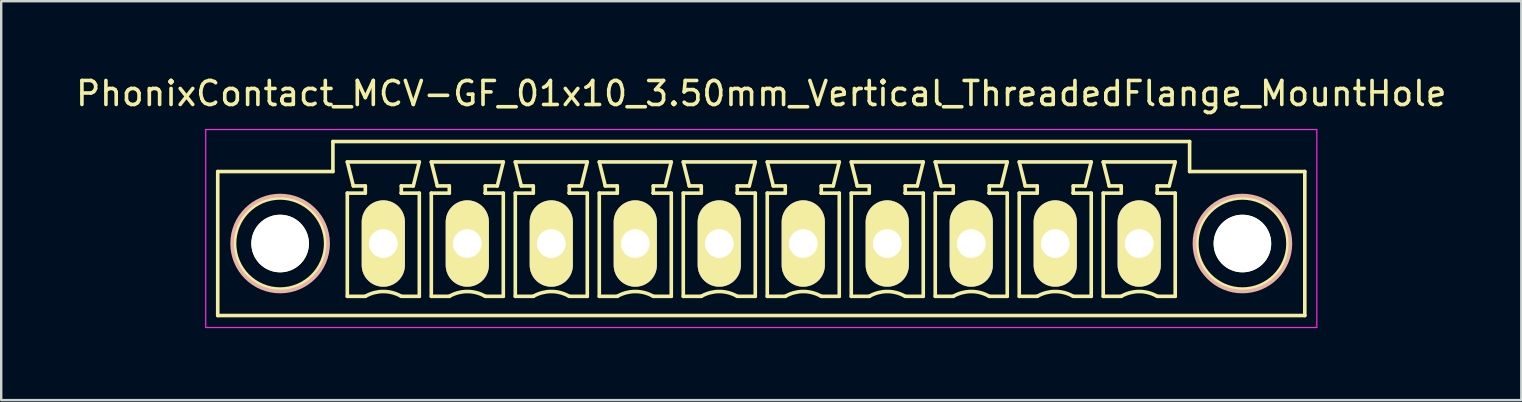
<source format=kicad_pcb>
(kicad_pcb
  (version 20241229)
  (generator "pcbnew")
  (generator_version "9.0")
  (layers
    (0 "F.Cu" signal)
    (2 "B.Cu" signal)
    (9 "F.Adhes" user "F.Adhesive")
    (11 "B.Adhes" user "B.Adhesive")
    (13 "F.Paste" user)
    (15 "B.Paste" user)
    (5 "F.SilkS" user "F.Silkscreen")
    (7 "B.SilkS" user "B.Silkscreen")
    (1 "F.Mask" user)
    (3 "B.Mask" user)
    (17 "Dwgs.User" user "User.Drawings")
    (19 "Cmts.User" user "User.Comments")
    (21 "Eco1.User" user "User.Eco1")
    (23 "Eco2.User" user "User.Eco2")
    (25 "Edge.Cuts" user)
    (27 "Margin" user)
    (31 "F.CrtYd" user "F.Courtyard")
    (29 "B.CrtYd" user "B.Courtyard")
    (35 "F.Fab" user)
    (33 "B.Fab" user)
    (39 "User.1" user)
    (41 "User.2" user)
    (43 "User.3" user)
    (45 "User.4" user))
  (footprint "PhonixContact_MCV-GF_01x10_3.50mm_Vertical_ThreadedFlange_MountHole"
    (layer "F.Cu")
    (at 12.923 7.098)
    (property "Reference" "PhonixContact_MCV-GF_01x10_3.50mm_Vertical_ThreadedFlange_MountHole" (at 15.75 -6.25 0) (layer "F.SilkS") (effects (font (size 1 1) (thickness 0.15))))
    (attr through_hole)
    (fp_line (start -6.9 -3) (end -6.9 3) (stroke (width 0.15) (type solid)) (layer "F.SilkS"))
    (fp_line (start -6.9 3) (end 38.4 3) (stroke (width 0.15) (type solid)) (layer "F.SilkS"))
    (fp_line (start -2.1 -4.25) (end -2.1 -3) (stroke (width 0.15) (type solid)) (layer "F.SilkS"))
    (fp_line (start -2.1 -3) (end -6.9 -3) (stroke (width 0.15) (type solid)) (layer "F.SilkS"))
    (fp_line (start -1.5 -3.4) (end 1.5 -3.4) (stroke (width 0.15) (type solid)) (layer "F.SilkS"))
    (fp_line (start -1.5 -2.1) (end -0.75 -2.1) (stroke (width 0.15) (type solid)) (layer "F.SilkS"))
    (fp_line (start -1.5 2.2) (end -1.5 -2.1) (stroke (width 0.15) (type solid)) (layer "F.SilkS"))
    (fp_line (start -1.25 -2.4) (end -1.5 -3.4) (stroke (width 0.15) (type solid)) (layer "F.SilkS"))
    (fp_line (start -0.75 -2.4) (end -1.25 -2.4) (stroke (width 0.15) (type solid)) (layer "F.SilkS"))
    (fp_line (start -0.75 -2.1) (end -0.75 -2.4) (stroke (width 0.15) (type solid)) (layer "F.SilkS"))
    (fp_line (start -0.75 2.2) (end -1.5 2.2) (stroke (width 0.15) (type solid)) (layer "F.SilkS"))
    (fp_line (start 0.75 -2.4) (end 0.75 -2.1) (stroke (width 0.15) (type solid)) (layer "F.SilkS"))
    (fp_line (start 0.75 -2.1) (end 0.75 -2.1) (stroke (width 0.15) (type solid)) (layer "F.SilkS"))
    (fp_line (start 0.75 -2.1) (end 1.5 -2.1) (stroke (width 0.15) (type solid)) (layer "F.SilkS"))
    (fp_line (start 1.25 -2.4) (end 0.75 -2.4) (stroke (width 0.15) (type solid)) (layer "F.SilkS"))
    (fp_line (start 1.5 -3.4) (end 1.25 -2.4) (stroke (width 0.15) (type solid)) (layer "F.SilkS"))
    (fp_line (start 1.5 -2.1) (end 1.5 2.2) (stroke (width 0.15) (type solid)) (layer "F.SilkS"))
    (fp_line (start 1.5 2.2) (end 0.75 2.2) (stroke (width 0.15) (type solid)) (layer "F.SilkS"))
    (fp_line (start 2 -3.4) (end 5 -3.4) (stroke (width 0.15) (type solid)) (layer "F.SilkS"))
    (fp_line (start 2 -2.1) (end 2.75 -2.1) (stroke (width 0.15) (type solid)) (layer "F.SilkS"))
    (fp_line (start 2 2.2) (end 2 -2.1) (stroke (width 0.15) (type solid)) (layer "F.SilkS"))
    (fp_line (start 2.25 -2.4) (end 2 -3.4) (stroke (width 0.15) (type solid)) (layer "F.SilkS"))
    (fp_line (start 2.75 -2.4) (end 2.25 -2.4) (stroke (width 0.15) (type solid)) (layer "F.SilkS"))
    (fp_line (start 2.75 -2.1) (end 2.75 -2.4) (stroke (width 0.15) (type solid)) (layer "F.SilkS"))
    (fp_line (start 2.75 2.2) (end 2 2.2) (stroke (width 0.15) (type solid)) (layer "F.SilkS"))
    (fp_line (start 4.25 -2.4) (end 4.25 -2.1) (stroke (width 0.15) (type solid)) (layer "F.SilkS"))
    (fp_line (start 4.25 -2.1) (end 4.25 -2.1) (stroke (width 0.15) (type solid)) (layer "F.SilkS"))
    (fp_line (start 4.25 -2.1) (end 5 -2.1) (stroke (width 0.15) (type solid)) (layer "F.SilkS"))
    (fp_line (start 4.75 -2.4) (end 4.25 -2.4) (stroke (width 0.15) (type solid)) (layer "F.SilkS"))
    (fp_line (start 5 -3.4) (end 4.75 -2.4) (stroke (width 0.15) (type solid)) (layer "F.SilkS"))
    (fp_line (start 5 -2.1) (end 5 2.2) (stroke (width 0.15) (type solid)) (layer "F.SilkS"))
    (fp_line (start 5 2.2) (end 4.25 2.2) (stroke (width 0.15) (type solid)) (layer "F.SilkS"))
    (fp_line (start 5.5 -3.4) (end 8.5 -3.4) (stroke (width 0.15) (type solid)) (layer "F.SilkS"))
    (fp_line (start 5.5 -2.1) (end 6.25 -2.1) (stroke (width 0.15) (type solid)) (layer "F.SilkS"))
    (fp_line (start 5.5 2.2) (end 5.5 -2.1) (stroke (width 0.15) (type solid)) (layer "F.SilkS"))
    (fp_line (start 5.75 -2.4) (end 5.5 -3.4) (stroke (width 0.15) (type solid)) (layer "F.SilkS"))
    (fp_line (start 6.25 -2.4) (end 5.75 -2.4) (stroke (width 0.15) (type solid)) (layer "F.SilkS"))
    (fp_line (start 6.25 -2.1) (end 6.25 -2.4) (stroke (width 0.15) (type solid)) (layer "F.SilkS"))
    (fp_line (start 6.25 2.2) (end 5.5 2.2) (stroke (width 0.15) (type solid)) (layer "F.SilkS"))
    (fp_line (start 7.75 -2.4) (end 7.75 -2.1) (stroke (width 0.15) (type solid)) (layer "F.SilkS"))
    (fp_line (start 7.75 -2.1) (end 7.75 -2.1) (stroke (width 0.15) (type solid)) (layer "F.SilkS"))
    (fp_line (start 7.75 -2.1) (end 8.5 -2.1) (stroke (width 0.15) (type solid)) (layer "F.SilkS"))
    (fp_line (start 8.25 -2.4) (end 7.75 -2.4) (stroke (width 0.15) (type solid)) (layer "F.SilkS"))
    (fp_line (start 8.5 -3.4) (end 8.25 -2.4) (stroke (width 0.15) (type solid)) (layer "F.SilkS"))
    (fp_line (start 8.5 -2.1) (end 8.5 2.2) (stroke (width 0.15) (type solid)) (layer "F.SilkS"))
    (fp_line (start 8.5 2.2) (end 7.75 2.2) (stroke (width 0.15) (type solid)) (layer "F.SilkS"))
    (fp_line (start 9 -3.4) (end 12 -3.4) (stroke (width 0.15) (type solid)) (layer "F.SilkS"))
    (fp_line (start 9 -2.1) (end 9.75 -2.1) (stroke (width 0.15) (type solid)) (layer "F.SilkS"))
    (fp_line (start 9 2.2) (end 9 -2.1) (stroke (width 0.15) (type solid)) (layer "F.SilkS"))
    (fp_line (start 9.25 -2.4) (end 9 -3.4) (stroke (width 0.15) (type solid)) (layer "F.SilkS"))
    (fp_line (start 9.75 -2.4) (end 9.25 -2.4) (stroke (width 0.15) (type solid)) (layer "F.SilkS"))
    (fp_line (start 9.75 -2.1) (end 9.75 -2.4) (stroke (width 0.15) (type solid)) (layer "F.SilkS"))
    (fp_line (start 9.75 2.2) (end 9 2.2) (stroke (width 0.15) (type solid)) (layer "F.SilkS"))
    (fp_line (start 11.25 -2.4) (end 11.25 -2.1) (stroke (width 0.15) (type solid)) (layer "F.SilkS"))
    (fp_line (start 11.25 -2.1) (end 11.25 -2.1) (stroke (width 0.15) (type solid)) (layer "F.SilkS"))
    (fp_line (start 11.25 -2.1) (end 12 -2.1) (stroke (width 0.15) (type solid)) (layer "F.SilkS"))
    (fp_line (start 11.75 -2.4) (end 11.25 -2.4) (stroke (width 0.15) (type solid)) (layer "F.SilkS"))
    (fp_line (start 12 -3.4) (end 11.75 -2.4) (stroke (width 0.15) (type solid)) (layer "F.SilkS"))
    (fp_line (start 12 -2.1) (end 12 2.2) (stroke (width 0.15) (type solid)) (layer "F.SilkS"))
    (fp_line (start 12 2.2) (end 11.25 2.2) (stroke (width 0.15) (type solid)) (layer "F.SilkS"))
    (fp_line (start 12.5 -3.4) (end 15.5 -3.4) (stroke (width 0.15) (type solid)) (layer "F.SilkS"))
    (fp_line (start 12.5 -2.1) (end 13.25 -2.1) (stroke (width 0.15) (type solid)) (layer "F.SilkS"))
    (fp_line (start 12.5 2.2) (end 12.5 -2.1) (stroke (width 0.15) (type solid)) (layer "F.SilkS"))
    (fp_line (start 12.75 -2.4) (end 12.5 -3.4) (stroke (width 0.15) (type solid)) (layer "F.SilkS"))
    (fp_line (start 13.25 -2.4) (end 12.75 -2.4) (stroke (width 0.15) (type solid)) (layer "F.SilkS"))
    (fp_line (start 13.25 -2.1) (end 13.25 -2.4) (stroke (width 0.15) (type solid)) (layer "F.SilkS"))
    (fp_line (start 13.25 2.2) (end 12.5 2.2) (stroke (width 0.15) (type solid)) (layer "F.SilkS"))
    (fp_line (start 14.75 -2.4) (end 14.75 -2.1) (stroke (width 0.15) (type solid)) (layer "F.SilkS"))
    (fp_line (start 14.75 -2.1) (end 14.75 -2.1) (stroke (width 0.15) (type solid)) (layer "F.SilkS"))
    (fp_line (start 14.75 -2.1) (end 15.5 -2.1) (stroke (width 0.15) (type solid)) (layer "F.SilkS"))
    (fp_line (start 15.25 -2.4) (end 14.75 -2.4) (stroke (width 0.15) (type solid)) (layer "F.SilkS"))
    (fp_line (start 15.5 -3.4) (end 15.25 -2.4) (stroke (width 0.15) (type solid)) (layer "F.SilkS"))
    (fp_line (start 15.5 -2.1) (end 15.5 2.2) (stroke (width 0.15) (type solid)) (layer "F.SilkS"))
    (fp_line (start 15.5 2.2) (end 14.75 2.2) (stroke (width 0.15) (type solid)) (layer "F.SilkS"))
    (fp_line (start 16 -3.4) (end 19 -3.4) (stroke (width 0.15) (type solid)) (layer "F.SilkS"))
    (fp_line (start 16 -2.1) (end 16.75 -2.1) (stroke (width 0.15) (type solid)) (layer "F.SilkS"))
    (fp_line (start 16 2.2) (end 16 -2.1) (stroke (width 0.15) (type solid)) (layer "F.SilkS"))
    (fp_line (start 16.25 -2.4) (end 16 -3.4) (stroke (width 0.15) (type solid)) (layer "F.SilkS"))
    (fp_line (start 16.75 -2.4) (end 16.25 -2.4) (stroke (width 0.15) (type solid)) (layer "F.SilkS"))
    (fp_line (start 16.75 -2.1) (end 16.75 -2.4) (stroke (width 0.15) (type solid)) (layer "F.SilkS"))
    (fp_line (start 16.75 2.2) (end 16 2.2) (stroke (width 0.15) (type solid)) (layer "F.SilkS"))
    (fp_line (start 18.25 -2.4) (end 18.25 -2.1) (stroke (width 0.15) (type solid)) (layer "F.SilkS"))
    (fp_line (start 18.25 -2.1) (end 18.25 -2.1) (stroke (width 0.15) (type solid)) (layer "F.SilkS"))
    (fp_line (start 18.25 -2.1) (end 19 -2.1) (stroke (width 0.15) (type solid)) (layer "F.SilkS"))
    (fp_line (start 18.75 -2.4) (end 18.25 -2.4) (stroke (width 0.15) (type solid)) (layer "F.SilkS"))
    (fp_line (start 19 -3.4) (end 18.75 -2.4) (stroke (width 0.15) (type solid)) (layer "F.SilkS"))
    (fp_line (start 19 -2.1) (end 19 2.2) (stroke (width 0.15) (type solid)) (layer "F.SilkS"))
    (fp_line (start 19 2.2) (end 18.25 2.2) (stroke (width 0.15) (type solid)) (layer "F.SilkS"))
    (fp_line (start 19.5 -3.4) (end 22.5 -3.4) (stroke (width 0.15) (type solid)) (layer "F.SilkS"))
    (fp_line (start 19.5 -2.1) (end 20.25 -2.1) (stroke (width 0.15) (type solid)) (layer "F.SilkS"))
    (fp_line (start 19.5 2.2) (end 19.5 -2.1) (stroke (width 0.15) (type solid)) (layer "F.SilkS"))
    (fp_line (start 19.75 -2.4) (end 19.5 -3.4) (stroke (width 0.15) (type solid)) (layer "F.SilkS"))
    (fp_line (start 20.25 -2.4) (end 19.75 -2.4) (stroke (width 0.15) (type solid)) (layer "F.SilkS"))
    (fp_line (start 20.25 -2.1) (end 20.25 -2.4) (stroke (width 0.15) (type solid)) (layer "F.SilkS"))
    (fp_line (start 20.25 2.2) (end 19.5 2.2) (stroke (width 0.15) (type solid)) (layer "F.SilkS"))
    (fp_line (start 21.75 -2.4) (end 21.75 -2.1) (stroke (width 0.15) (type solid)) (layer "F.SilkS"))
    (fp_line (start 21.75 -2.1) (end 21.75 -2.1) (stroke (width 0.15) (type solid)) (layer "F.SilkS"))
    (fp_line (start 21.75 -2.1) (end 22.5 -2.1) (stroke (width 0.15) (type solid)) (layer "F.SilkS"))
    (fp_line (start 22.25 -2.4) (end 21.75 -2.4) (stroke (width 0.15) (type solid)) (layer "F.SilkS"))
    (fp_line (start 22.5 -3.4) (end 22.25 -2.4) (stroke (width 0.15) (type solid)) (layer "F.SilkS"))
    (fp_line (start 22.5 -2.1) (end 22.5 2.2) (stroke (width 0.15) (type solid)) (layer "F.SilkS"))
    (fp_line (start 22.5 2.2) (end 21.75 2.2) (stroke (width 0.15) (type solid)) (layer "F.SilkS"))
    (fp_line (start 23 -3.4) (end 26 -3.4) (stroke (width 0.15) (type solid)) (layer "F.SilkS"))
    (fp_line (start 23 -2.1) (end 23.75 -2.1) (stroke (width 0.15) (type solid)) (layer "F.SilkS"))
    (fp_line (start 23 2.2) (end 23 -2.1) (stroke (width 0.15) (type solid)) (layer "F.SilkS"))
    (fp_line (start 23.25 -2.4) (end 23 -3.4) (stroke (width 0.15) (type solid)) (layer "F.SilkS"))
    (fp_line (start 23.75 -2.4) (end 23.25 -2.4) (stroke (width 0.15) (type solid)) (layer "F.SilkS"))
    (fp_line (start 23.75 -2.1) (end 23.75 -2.4) (stroke (width 0.15) (type solid)) (layer "F.SilkS"))
    (fp_line (start 23.75 2.2) (end 23 2.2) (stroke (width 0.15) (type solid)) (layer "F.SilkS"))
    (fp_line (start 25.25 -2.4) (end 25.25 -2.1) (stroke (width 0.15) (type solid)) (layer "F.SilkS"))
    (fp_line (start 25.25 -2.1) (end 25.25 -2.1) (stroke (width 0.15) (type solid)) (layer "F.SilkS"))
    (fp_line (start 25.25 -2.1) (end 26 -2.1) (stroke (width 0.15) (type solid)) (layer "F.SilkS"))
    (fp_line (start 25.75 -2.4) (end 25.25 -2.4) (stroke (width 0.15) (type solid)) (layer "F.SilkS"))
    (fp_line (start 26 -3.4) (end 25.75 -2.4) (stroke (width 0.15) (type solid)) (layer "F.SilkS"))
    (fp_line (start 26 -2.1) (end 26 2.2) (stroke (width 0.15) (type solid)) (layer "F.SilkS"))
    (fp_line (start 26 2.2) (end 25.25 2.2) (stroke (width 0.15) (type solid)) (layer "F.SilkS"))
    (fp_line (start 26.5 -3.4) (end 29.5 -3.4) (stroke (width 0.15) (type solid)) (layer "F.SilkS"))
    (fp_line (start 26.5 -2.1) (end 27.25 -2.1) (stroke (width 0.15) (type solid)) (layer "F.SilkS"))
    (fp_line (start 26.5 2.2) (end 26.5 -2.1) (stroke (width 0.15) (type solid)) (layer "F.SilkS"))
    (fp_line (start 26.75 -2.4) (end 26.5 -3.4) (stroke (width 0.15) (type solid)) (layer "F.SilkS"))
    (fp_line (start 27.25 -2.4) (end 26.75 -2.4) (stroke (width 0.15) (type solid)) (layer "F.SilkS"))
    (fp_line (start 27.25 -2.1) (end 27.25 -2.4) (stroke (width 0.15) (type solid)) (layer "F.SilkS"))
    (fp_line (start 27.25 2.2) (end 26.5 2.2) (stroke (width 0.15) (type solid)) (layer "F.SilkS"))
    (fp_line (start 28.75 -2.4) (end 28.75 -2.1) (stroke (width 0.15) (type solid)) (layer "F.SilkS"))
    (fp_line (start 28.75 -2.1) (end 28.75 -2.1) (stroke (width 0.15) (type solid)) (layer "F.SilkS"))
    (fp_line (start 28.75 -2.1) (end 29.5 -2.1) (stroke (width 0.15) (type solid)) (layer "F.SilkS"))
    (fp_line (start 29.25 -2.4) (end 28.75 -2.4) (stroke (width 0.15) (type solid)) (layer "F.SilkS"))
    (fp_line (start 29.5 -3.4) (end 29.25 -2.4) (stroke (width 0.15) (type solid)) (layer "F.SilkS"))
    (fp_line (start 29.5 -2.1) (end 29.5 2.2) (stroke (width 0.15) (type solid)) (layer "F.SilkS"))
    (fp_line (start 29.5 2.2) (end 28.75 2.2) (stroke (width 0.15) (type solid)) (layer "F.SilkS"))
    (fp_line (start 30 -3.4) (end 33 -3.4) (stroke (width 0.15) (type solid)) (layer "F.SilkS"))
    (fp_line (start 30 -2.1) (end 30.75 -2.1) (stroke (width 0.15) (type solid)) (layer "F.SilkS"))
    (fp_line (start 30 2.2) (end 30 -2.1) (stroke (width 0.15) (type solid)) (layer "F.SilkS"))
    (fp_line (start 30.25 -2.4) (end 30 -3.4) (stroke (width 0.15) (type solid)) (layer "F.SilkS"))
    (fp_line (start 30.75 -2.4) (end 30.25 -2.4) (stroke (width 0.15) (type solid)) (layer "F.SilkS"))
    (fp_line (start 30.75 -2.1) (end 30.75 -2.4) (stroke (width 0.15) (type solid)) (layer "F.SilkS"))
    (fp_line (start 30.75 2.2) (end 30 2.2) (stroke (width 0.15) (type solid)) (layer "F.SilkS"))
    (fp_line (start 32.25 -2.4) (end 32.25 -2.1) (stroke (width 0.15) (type solid)) (layer "F.SilkS"))
    (fp_line (start 32.25 -2.1) (end 32.25 -2.1) (stroke (width 0.15) (type solid)) (layer "F.SilkS"))
    (fp_line (start 32.25 -2.1) (end 33 -2.1) (stroke (width 0.15) (type solid)) (layer "F.SilkS"))
    (fp_line (start 32.75 -2.4) (end 32.25 -2.4) (stroke (width 0.15) (type solid)) (layer "F.SilkS"))
    (fp_line (start 33 -3.4) (end 32.75 -2.4) (stroke (width 0.15) (type solid)) (layer "F.SilkS"))
    (fp_line (start 33 -2.1) (end 33 2.2) (stroke (width 0.15) (type solid)) (layer "F.SilkS"))
    (fp_line (start 33 2.2) (end 32.25 2.2) (stroke (width 0.15) (type solid)) (layer "F.SilkS"))
    (fp_line (start 33.6 -4.25) (end -2.1 -4.25) (stroke (width 0.15) (type solid)) (layer "F.SilkS"))
    (fp_line (start 33.6 -3) (end 33.6 -4.25) (stroke (width 0.15) (type solid)) (layer "F.SilkS"))
    (fp_line (start 38.4 -3) (end 33.6 -3) (stroke (width 0.15) (type solid)) (layer "F.SilkS"))
    (fp_line (start 38.4 3) (end 38.4 -3) (stroke (width 0.15) (type solid)) (layer "F.SilkS"))
    (fp_arc (start -0.75 2.2) (mid -0.006068 1.999179) (end 0.739464 2.193978) (stroke (width 0.15) (type solid)) (layer "F.SilkS"))
    (fp_arc (start 2.75 2.2) (mid 3.493932 1.999179) (end 4.239464 2.193978) (stroke (width 0.15) (type solid)) (layer "F.SilkS"))
    (fp_arc (start 6.25 2.2) (mid 6.993932 1.999179) (end 7.739464 2.193978) (stroke (width 0.15) (type solid)) (layer "F.SilkS"))
    (fp_arc (start 9.75 2.2) (mid 10.493932 1.999179) (end 11.239464 2.193978) (stroke (width 0.15) (type solid)) (layer "F.SilkS"))
    (fp_arc (start 13.25 2.2) (mid 13.993932 1.999179) (end 14.739464 2.193978) (stroke (width 0.15) (type solid)) (layer "F.SilkS"))
    (fp_arc (start 16.75 2.2) (mid 17.493932 1.999179) (end 18.239464 2.193978) (stroke (width 0.15) (type solid)) (layer "F.SilkS"))
    (fp_arc (start 20.25 2.2) (mid 20.993932 1.999179) (end 21.739464 2.193978) (stroke (width 0.15) (type solid)) (layer "F.SilkS"))
    (fp_arc (start 23.75 2.2) (mid 24.493932 1.999179) (end 25.239464 2.193978) (stroke (width 0.15) (type solid)) (layer "F.SilkS"))
    (fp_arc (start 27.25 2.2) (mid 27.993932 1.999179) (end 28.739464 2.193978) (stroke (width 0.15) (type solid)) (layer "F.SilkS"))
    (fp_arc (start 30.75 2.2) (mid 31.493932 1.999179) (end 32.239464 2.193978) (stroke (width 0.15) (type solid)) (layer "F.SilkS"))
    (fp_circle (center -4.3 0) (end -2.4 0) (stroke (width 0.15) (type solid)) (fill no) (layer "F.SilkS"))
    (fp_circle (center 35.8 0) (end 37.7 0) (stroke (width 0.15) (type solid)) (fill no) (layer "F.SilkS"))
    (fp_circle (center -4.3 0) (end -2.3 0) (stroke (width 0.15) (type solid)) (fill no) (layer "B.SilkS"))
    (fp_circle (center 35.8 0) (end 37.8 0) (stroke (width 0.15) (type solid)) (fill no) (layer "B.SilkS"))
    (fp_line (start -7.4 -4.75) (end -7.4 3.5) (stroke (width 0.05) (type solid)) (layer "F.CrtYd"))
    (fp_line (start -7.4 3.5) (end 38.9 3.5) (stroke (width 0.05) (type solid)) (layer "F.CrtYd"))
    (fp_line (start 38.9 -4.75) (end -7.4 -4.75) (stroke (width 0.05) (type solid)) (layer "F.CrtYd"))
    (fp_line (start 38.9 3.5) (end 38.9 -4.75) (stroke (width 0.05) (type solid)) (layer "F.CrtYd"))
    (pad "" np_thru_hole circle (at -4.3 0) (size 2.4 2.4) (drill 2.4) (layers "*.Cu" "*.Mask" "F.SilkS"))
    (pad "" np_thru_hole circle (at 35.8 0) (size 2.4 2.4) (drill 2.4) (layers "*.Cu" "*.Mask" "F.SilkS"))
    (pad "1" thru_hole oval (at 0 0) (size 1.8 3.6) (drill 1.2) (layers "*.Cu" "*.Mask" "F.SilkS"))
    (pad "2" thru_hole oval (at 3.5 0) (size 1.8 3.6) (drill 1.2) (layers "*.Cu" "*.Mask" "F.SilkS"))
    (pad "3" thru_hole oval (at 7 0) (size 1.8 3.6) (drill 1.2) (layers "*.Cu" "*.Mask" "F.SilkS"))
    (pad "4" thru_hole oval (at 10.5 0) (size 1.8 3.6) (drill 1.2) (layers "*.Cu" "*.Mask" "F.SilkS"))
    (pad "5" thru_hole oval (at 14 0) (size 1.8 3.6) (drill 1.2) (layers "*.Cu" "*.Mask" "F.SilkS"))
    (pad "6" thru_hole oval (at 17.5 0) (size 1.8 3.6) (drill 1.2) (layers "*.Cu" "*.Mask" "F.SilkS"))
    (pad "7" thru_hole oval (at 21 0) (size 1.8 3.6) (drill 1.2) (layers "*.Cu" "*.Mask" "F.SilkS"))
    (pad "8" thru_hole oval (at 24.5 0) (size 1.8 3.6) (drill 1.2) (layers "*.Cu" "*.Mask" "F.SilkS"))
    (pad "9" thru_hole oval (at 28 0) (size 1.8 3.6) (drill 1.2) (layers "*.Cu" "*.Mask" "F.SilkS"))
    (pad "10" thru_hole oval (at 31.5 0) (size 1.8 3.6) (drill 1.2) (layers "*.Cu" "*.Mask" "F.SilkS")))
  (gr_rect
    (start -3 -3)
    (end 60.345 13.623)
    (stroke (width 0.1) (type default))
    (fill no)
    (layer "Edge.Cuts")))
</source>
